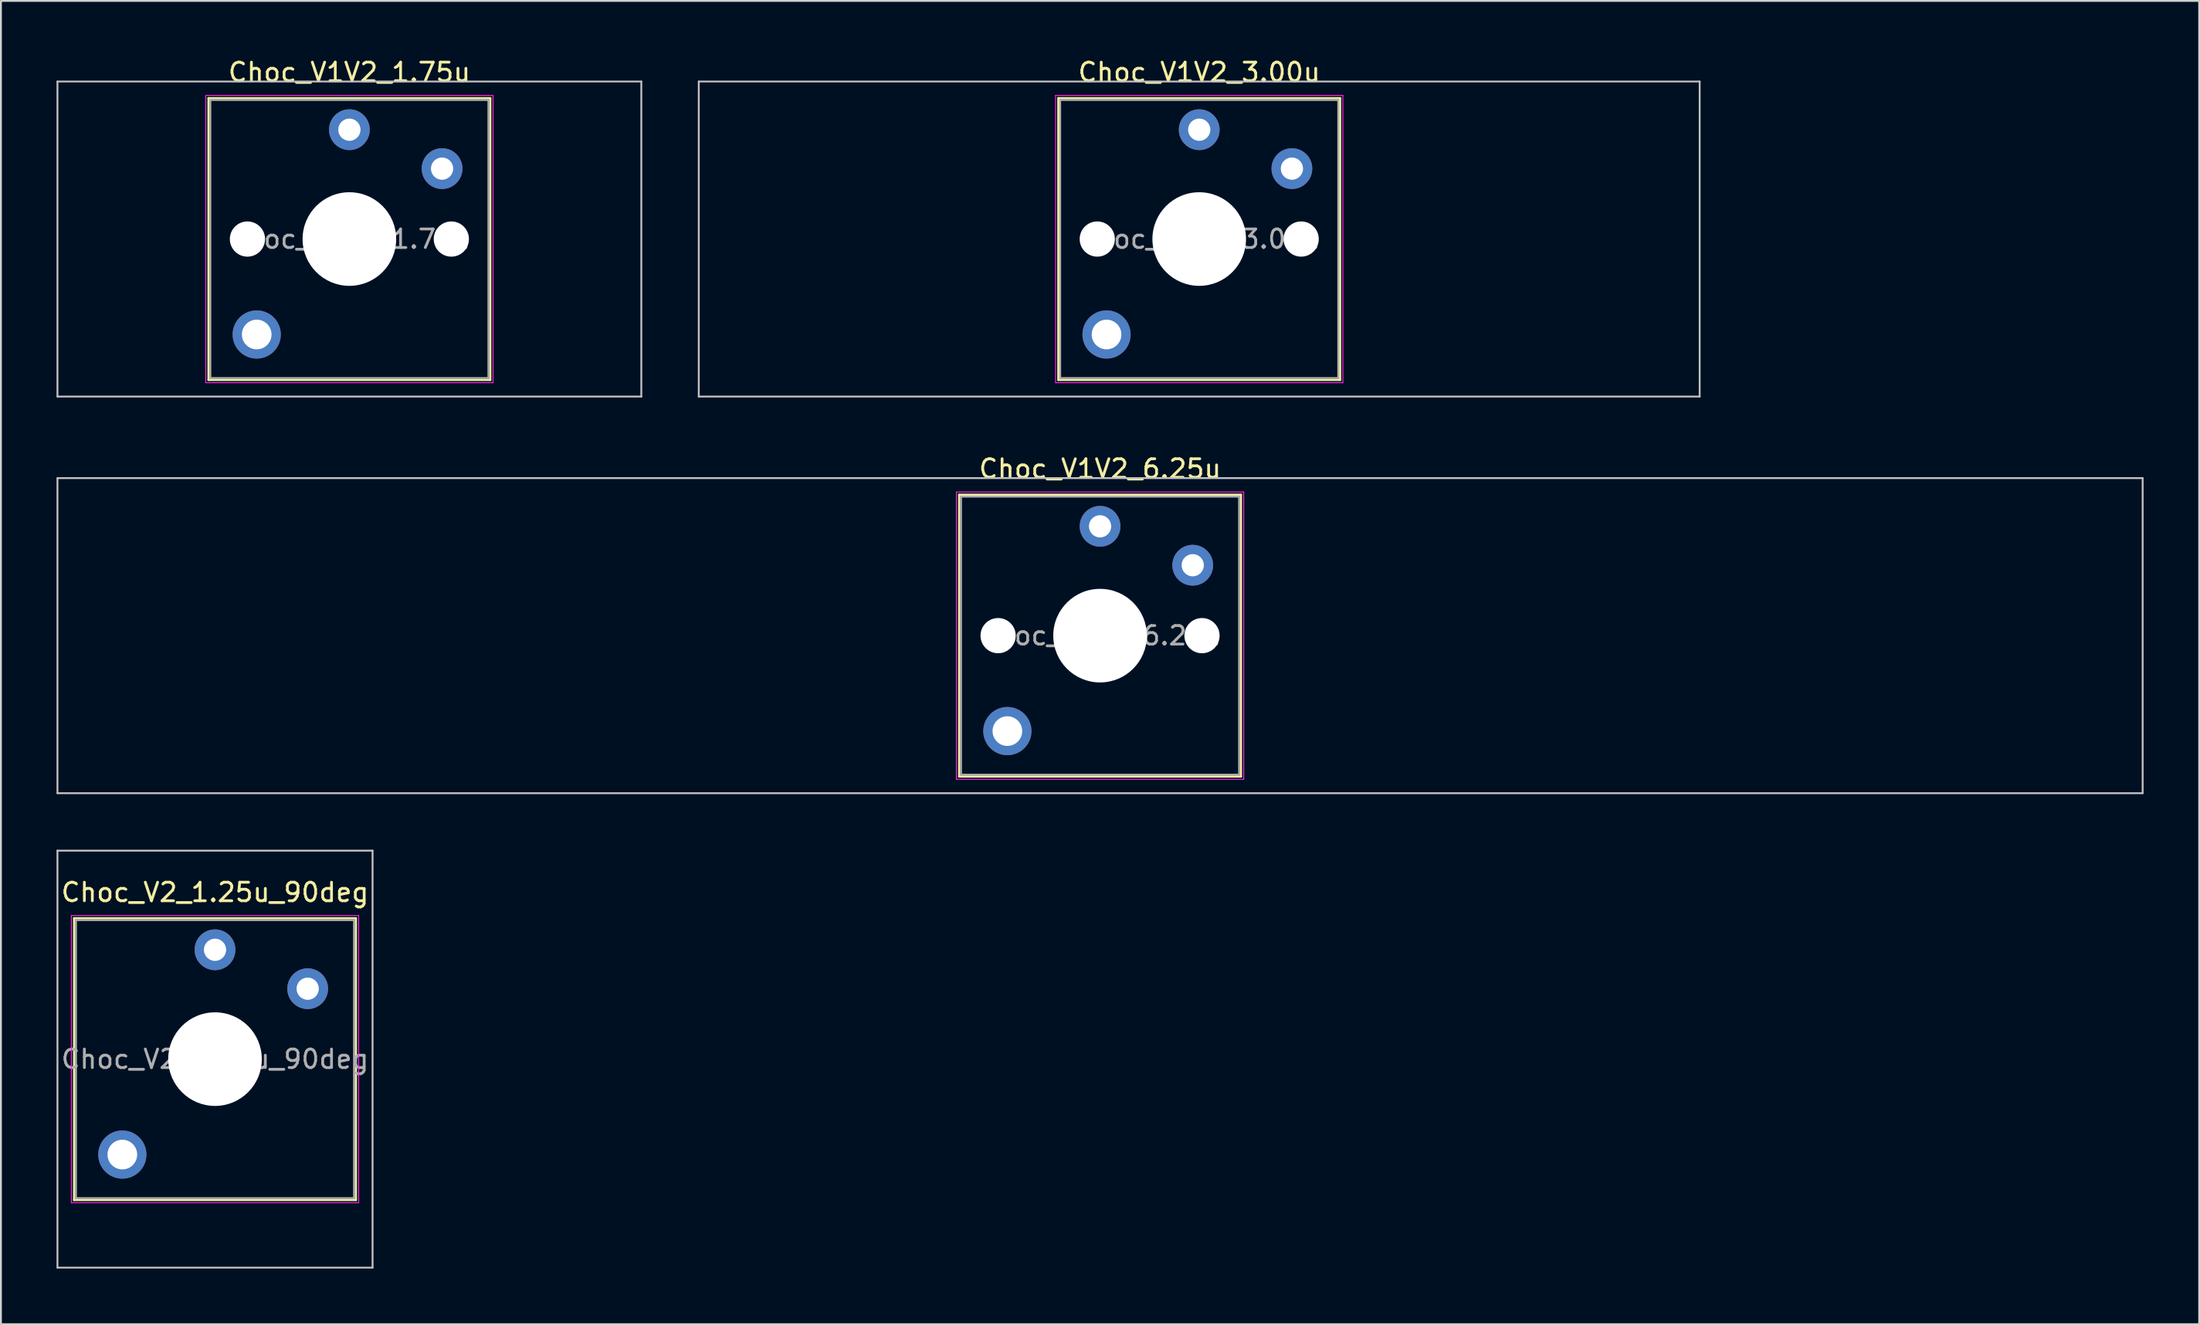
<source format=kicad_pcb>
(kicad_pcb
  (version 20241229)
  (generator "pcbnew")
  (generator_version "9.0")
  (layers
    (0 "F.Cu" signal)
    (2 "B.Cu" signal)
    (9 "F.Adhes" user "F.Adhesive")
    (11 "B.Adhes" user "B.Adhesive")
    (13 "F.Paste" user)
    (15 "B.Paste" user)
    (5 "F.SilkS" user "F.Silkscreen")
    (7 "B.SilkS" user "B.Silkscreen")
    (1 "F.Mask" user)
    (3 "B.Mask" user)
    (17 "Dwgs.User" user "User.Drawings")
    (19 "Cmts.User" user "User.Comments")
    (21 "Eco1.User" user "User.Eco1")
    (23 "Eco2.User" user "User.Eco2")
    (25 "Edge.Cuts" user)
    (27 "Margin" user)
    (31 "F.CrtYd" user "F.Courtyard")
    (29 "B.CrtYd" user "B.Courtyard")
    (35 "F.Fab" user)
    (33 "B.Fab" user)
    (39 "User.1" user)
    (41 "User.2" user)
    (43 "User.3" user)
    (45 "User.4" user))
  (footprint "Choc_V1V2_1.75u"
    (layer "F.Cu")
    (at 15.8 9.848)
    (property "Reference" "Choc_V1V2_1.75u" (at 0 -9 0) (layer "F.SilkS") (effects (font (size 1 1) (thickness 0.15))))
    (attr through_hole)
    (fp_line (start -7.6 -7.6) (end -7.6 7.6) (stroke (width 0.12) (type solid)) (layer "F.SilkS"))
    (fp_line (start -7.6 7.6) (end 7.6 7.6) (stroke (width 0.12) (type solid)) (layer "F.SilkS"))
    (fp_line (start 7.6 -7.6) (end -7.6 -7.6) (stroke (width 0.12) (type solid)) (layer "F.SilkS"))
    (fp_line (start 7.6 7.6) (end 7.6 -7.6) (stroke (width 0.12) (type solid)) (layer "F.SilkS"))
    (fp_line (start -15.75 -8.5) (end -15.75 8.5) (stroke (width 0.1) (type solid)) (layer "Dwgs.User"))
    (fp_line (start -15.75 8.5) (end 15.75 8.5) (stroke (width 0.1) (type solid)) (layer "Dwgs.User"))
    (fp_line (start 15.75 -8.5) (end -15.75 -8.5) (stroke (width 0.1) (type solid)) (layer "Dwgs.User"))
    (fp_line (start 15.75 8.5) (end 15.75 -8.5) (stroke (width 0.1) (type solid)) (layer "Dwgs.User"))
    (fp_line (start -7.25 -7.25) (end -7.25 7.25) (stroke (width 0.1) (type solid)) (layer "Eco1.User"))
    (fp_line (start -7.25 7.25) (end 7.25 7.25) (stroke (width 0.1) (type solid)) (layer "Eco1.User"))
    (fp_line (start 7.25 -7.25) (end -7.25 -7.25) (stroke (width 0.1) (type solid)) (layer "Eco1.User"))
    (fp_line (start 7.25 7.25) (end 7.25 -7.25) (stroke (width 0.1) (type solid)) (layer "Eco1.User"))
    (fp_line (start -7.75 -7.75) (end -7.75 7.75) (stroke (width 0.05) (type solid)) (layer "F.CrtYd"))
    (fp_line (start -7.75 7.75) (end 7.75 7.75) (stroke (width 0.05) (type solid)) (layer "F.CrtYd"))
    (fp_line (start 7.75 -7.75) (end -7.75 -7.75) (stroke (width 0.05) (type solid)) (layer "F.CrtYd"))
    (fp_line (start 7.75 7.75) (end 7.75 -7.75) (stroke (width 0.05) (type solid)) (layer "F.CrtYd"))
    (fp_line (start -7.5 -7.5) (end -7.5 7.5) (stroke (width 0.1) (type solid)) (layer "F.Fab"))
    (fp_line (start -7.5 7.5) (end 7.5 7.5) (stroke (width 0.1) (type solid)) (layer "F.Fab"))
    (fp_line (start 7.5 -7.5) (end -7.5 -7.5) (stroke (width 0.1) (type solid)) (layer "F.Fab"))
    (fp_line (start 7.5 7.5) (end 7.5 -7.5) (stroke (width 0.1) (type solid)) (layer "F.Fab"))
    (fp_text user "${REFERENCE}" (at 0 0 0) (layer "F.Fab") (effects (font (size 1 1) (thickness 0.15))))
    (pad "" np_thru_hole circle (at -5.5 0) (size 1.9 1.9) (drill 1.9) (layers "*.Cu" "*.Mask"))
    (pad "" thru_hole circle (at -5 5.15) (size 2.6 2.6) (drill 1.6) (layers "*.Cu" "*.Mask"))
    (pad "" np_thru_hole circle (at 0 0) (size 5.05 5.05) (drill 5.05) (layers "*.Cu" "*.Mask"))
    (pad "" np_thru_hole circle (at 5.5 0) (size 1.9 1.9) (drill 1.9) (layers "*.Cu" "*.Mask"))
    (pad "1" thru_hole circle (at 0 -5.9) (size 2.2 2.2) (drill 1.2) (layers "*.Cu" "*.Mask"))
    (pad "2" thru_hole circle (at 5 -3.8) (size 2.2 2.2) (drill 1.2) (layers "*.Cu" "*.Mask")))
  (footprint "Choc_V1V2_3.00u"
    (layer "F.Cu")
    (at 61.65 9.848)
    (property "Reference" "Choc_V1V2_3.00u" (at 0 -9 0) (layer "F.SilkS") (effects (font (size 1 1) (thickness 0.15))))
    (attr through_hole)
    (fp_line (start -7.6 -7.6) (end -7.6 7.6) (stroke (width 0.12) (type solid)) (layer "F.SilkS"))
    (fp_line (start -7.6 7.6) (end 7.6 7.6) (stroke (width 0.12) (type solid)) (layer "F.SilkS"))
    (fp_line (start 7.6 -7.6) (end -7.6 -7.6) (stroke (width 0.12) (type solid)) (layer "F.SilkS"))
    (fp_line (start 7.6 7.6) (end 7.6 -7.6) (stroke (width 0.12) (type solid)) (layer "F.SilkS"))
    (fp_line (start -27 -8.5) (end -27 8.5) (stroke (width 0.1) (type solid)) (layer "Dwgs.User"))
    (fp_line (start -27 8.5) (end 27 8.5) (stroke (width 0.1) (type solid)) (layer "Dwgs.User"))
    (fp_line (start 27 -8.5) (end -27 -8.5) (stroke (width 0.1) (type solid)) (layer "Dwgs.User"))
    (fp_line (start 27 8.5) (end 27 -8.5) (stroke (width 0.1) (type solid)) (layer "Dwgs.User"))
    (fp_line (start -7.25 -7.25) (end -7.25 7.25) (stroke (width 0.1) (type solid)) (layer "Eco1.User"))
    (fp_line (start -7.25 7.25) (end 7.25 7.25) (stroke (width 0.1) (type solid)) (layer "Eco1.User"))
    (fp_line (start 7.25 -7.25) (end -7.25 -7.25) (stroke (width 0.1) (type solid)) (layer "Eco1.User"))
    (fp_line (start 7.25 7.25) (end 7.25 -7.25) (stroke (width 0.1) (type solid)) (layer "Eco1.User"))
    (fp_line (start -7.75 -7.75) (end -7.75 7.75) (stroke (width 0.05) (type solid)) (layer "F.CrtYd"))
    (fp_line (start -7.75 7.75) (end 7.75 7.75) (stroke (width 0.05) (type solid)) (layer "F.CrtYd"))
    (fp_line (start 7.75 -7.75) (end -7.75 -7.75) (stroke (width 0.05) (type solid)) (layer "F.CrtYd"))
    (fp_line (start 7.75 7.75) (end 7.75 -7.75) (stroke (width 0.05) (type solid)) (layer "F.CrtYd"))
    (fp_line (start -7.5 -7.5) (end -7.5 7.5) (stroke (width 0.1) (type solid)) (layer "F.Fab"))
    (fp_line (start -7.5 7.5) (end 7.5 7.5) (stroke (width 0.1) (type solid)) (layer "F.Fab"))
    (fp_line (start 7.5 -7.5) (end -7.5 -7.5) (stroke (width 0.1) (type solid)) (layer "F.Fab"))
    (fp_line (start 7.5 7.5) (end 7.5 -7.5) (stroke (width 0.1) (type solid)) (layer "F.Fab"))
    (fp_text user "${REFERENCE}" (at 0 0 0) (layer "F.Fab") (effects (font (size 1 1) (thickness 0.15))))
    (pad "" np_thru_hole circle (at -5.5 0) (size 1.9 1.9) (drill 1.9) (layers "*.Cu" "*.Mask"))
    (pad "" thru_hole circle (at -5 5.15) (size 2.6 2.6) (drill 1.6) (layers "*.Cu" "*.Mask"))
    (pad "" np_thru_hole circle (at 0 0) (size 5.05 5.05) (drill 5.05) (layers "*.Cu" "*.Mask"))
    (pad "" np_thru_hole circle (at 5.5 0) (size 1.9 1.9) (drill 1.9) (layers "*.Cu" "*.Mask"))
    (pad "1" thru_hole circle (at 0 -5.9) (size 2.2 2.2) (drill 1.2) (layers "*.Cu" "*.Mask"))
    (pad "2" thru_hole circle (at 5 -3.8) (size 2.2 2.2) (drill 1.2) (layers "*.Cu" "*.Mask")))
  (footprint "Choc_V1V2_6.25u"
    (layer "F.Cu")
    (at 56.3 31.247)
    (property "Reference" "Choc_V1V2_6.25u" (at 0 -9 0) (layer "F.SilkS") (effects (font (size 1 1) (thickness 0.15))))
    (attr through_hole)
    (fp_line (start -7.6 -7.6) (end -7.6 7.6) (stroke (width 0.12) (type solid)) (layer "F.SilkS"))
    (fp_line (start -7.6 7.6) (end 7.6 7.6) (stroke (width 0.12) (type solid)) (layer "F.SilkS"))
    (fp_line (start 7.6 -7.6) (end -7.6 -7.6) (stroke (width 0.12) (type solid)) (layer "F.SilkS"))
    (fp_line (start 7.6 7.6) (end 7.6 -7.6) (stroke (width 0.12) (type solid)) (layer "F.SilkS"))
    (fp_line (start -56.25 -8.5) (end -56.25 8.5) (stroke (width 0.1) (type solid)) (layer "Dwgs.User"))
    (fp_line (start -56.25 8.5) (end 56.25 8.5) (stroke (width 0.1) (type solid)) (layer "Dwgs.User"))
    (fp_line (start 56.25 -8.5) (end -56.25 -8.5) (stroke (width 0.1) (type solid)) (layer "Dwgs.User"))
    (fp_line (start 56.25 8.5) (end 56.25 -8.5) (stroke (width 0.1) (type solid)) (layer "Dwgs.User"))
    (fp_line (start -7.25 -7.25) (end -7.25 7.25) (stroke (width 0.1) (type solid)) (layer "Eco1.User"))
    (fp_line (start -7.25 7.25) (end 7.25 7.25) (stroke (width 0.1) (type solid)) (layer "Eco1.User"))
    (fp_line (start 7.25 -7.25) (end -7.25 -7.25) (stroke (width 0.1) (type solid)) (layer "Eco1.User"))
    (fp_line (start 7.25 7.25) (end 7.25 -7.25) (stroke (width 0.1) (type solid)) (layer "Eco1.User"))
    (fp_line (start -7.75 -7.75) (end -7.75 7.75) (stroke (width 0.05) (type solid)) (layer "F.CrtYd"))
    (fp_line (start -7.75 7.75) (end 7.75 7.75) (stroke (width 0.05) (type solid)) (layer "F.CrtYd"))
    (fp_line (start 7.75 -7.75) (end -7.75 -7.75) (stroke (width 0.05) (type solid)) (layer "F.CrtYd"))
    (fp_line (start 7.75 7.75) (end 7.75 -7.75) (stroke (width 0.05) (type solid)) (layer "F.CrtYd"))
    (fp_line (start -7.5 -7.5) (end -7.5 7.5) (stroke (width 0.1) (type solid)) (layer "F.Fab"))
    (fp_line (start -7.5 7.5) (end 7.5 7.5) (stroke (width 0.1) (type solid)) (layer "F.Fab"))
    (fp_line (start 7.5 -7.5) (end -7.5 -7.5) (stroke (width 0.1) (type solid)) (layer "F.Fab"))
    (fp_line (start 7.5 7.5) (end 7.5 -7.5) (stroke (width 0.1) (type solid)) (layer "F.Fab"))
    (fp_text user "${REFERENCE}" (at 0 0 0) (layer "F.Fab") (effects (font (size 1 1) (thickness 0.15))))
    (pad "" np_thru_hole circle (at -5.5 0) (size 1.9 1.9) (drill 1.9) (layers "*.Cu" "*.Mask"))
    (pad "" thru_hole circle (at -5 5.15) (size 2.6 2.6) (drill 1.6) (layers "*.Cu" "*.Mask"))
    (pad "" np_thru_hole circle (at 0 0) (size 5.05 5.05) (drill 5.05) (layers "*.Cu" "*.Mask"))
    (pad "" np_thru_hole circle (at 5.5 0) (size 1.9 1.9) (drill 1.9) (layers "*.Cu" "*.Mask"))
    (pad "1" thru_hole circle (at 0 -5.9) (size 2.2 2.2) (drill 1.2) (layers "*.Cu" "*.Mask"))
    (pad "2" thru_hole circle (at 5 -3.8) (size 2.2 2.2) (drill 1.2) (layers "*.Cu" "*.Mask")))
  (footprint "Choc_V2_1.25u_90deg"
    (layer "F.Cu")
    (at 8.55 54.096)
    (property "Reference" "Choc_V2_1.25u_90deg" (at 0 -9 0) (layer "F.SilkS") (effects (font (size 1 1) (thickness 0.15))))
    (attr through_hole)
    (fp_line (start -7.6 -7.6) (end -7.6 7.6) (stroke (width 0.12) (type solid)) (layer "F.SilkS"))
    (fp_line (start -7.6 7.6) (end 7.6 7.6) (stroke (width 0.12) (type solid)) (layer "F.SilkS"))
    (fp_line (start 7.6 -7.6) (end -7.6 -7.6) (stroke (width 0.12) (type solid)) (layer "F.SilkS"))
    (fp_line (start 7.6 7.6) (end 7.6 -7.6) (stroke (width 0.12) (type solid)) (layer "F.SilkS"))
    (fp_line (start -8.5 -11.25) (end 8.5 -11.25) (stroke (width 0.1) (type solid)) (layer "Dwgs.User"))
    (fp_line (start -8.5 11.25) (end -8.5 -11.25) (stroke (width 0.1) (type solid)) (layer "Dwgs.User"))
    (fp_line (start 8.5 -11.25) (end 8.5 11.25) (stroke (width 0.1) (type solid)) (layer "Dwgs.User"))
    (fp_line (start 8.5 11.25) (end -8.5 11.25) (stroke (width 0.1) (type solid)) (layer "Dwgs.User"))
    (fp_line (start -7.25 -7.25) (end -7.25 7.25) (stroke (width 0.1) (type solid)) (layer "Eco1.User"))
    (fp_line (start -7.25 7.25) (end 7.25 7.25) (stroke (width 0.1) (type solid)) (layer "Eco1.User"))
    (fp_line (start 7.25 -7.25) (end -7.25 -7.25) (stroke (width 0.1) (type solid)) (layer "Eco1.User"))
    (fp_line (start 7.25 7.25) (end 7.25 -7.25) (stroke (width 0.1) (type solid)) (layer "Eco1.User"))
    (fp_line (start -7.75 -7.75) (end -7.75 7.75) (stroke (width 0.05) (type solid)) (layer "F.CrtYd"))
    (fp_line (start -7.75 7.75) (end 7.75 7.75) (stroke (width 0.05) (type solid)) (layer "F.CrtYd"))
    (fp_line (start 7.75 -7.75) (end -7.75 -7.75) (stroke (width 0.05) (type solid)) (layer "F.CrtYd"))
    (fp_line (start 7.75 7.75) (end 7.75 -7.75) (stroke (width 0.05) (type solid)) (layer "F.CrtYd"))
    (fp_line (start -7.5 -7.5) (end -7.5 7.5) (stroke (width 0.1) (type solid)) (layer "F.Fab"))
    (fp_line (start -7.5 7.5) (end 7.5 7.5) (stroke (width 0.1) (type solid)) (layer "F.Fab"))
    (fp_line (start 7.5 -7.5) (end -7.5 -7.5) (stroke (width 0.1) (type solid)) (layer "F.Fab"))
    (fp_line (start 7.5 7.5) (end 7.5 -7.5) (stroke (width 0.1) (type solid)) (layer "F.Fab"))
    (fp_text user "${REFERENCE}" (at 0 0 0) (layer "F.Fab") (effects (font (size 1 1) (thickness 0.15))))
    (pad "" thru_hole circle (at -5 5.15) (size 2.6 2.6) (drill 1.6) (layers "*.Cu" "*.Mask"))
    (pad "" np_thru_hole circle (at 0 0) (size 5.05 5.05) (drill 5.05) (layers "*.Cu" "*.Mask"))
    (pad "1" thru_hole circle (at 0 -5.9) (size 2.2 2.2) (drill 1.2) (layers "*.Cu" "*.Mask"))
    (pad "2" thru_hole circle (at 5 -3.8) (size 2.2 2.2) (drill 1.2) (layers "*.Cu" "*.Mask")))
  (gr_rect
    (start -3 -3)
    (end 115.6 68.397)
    (stroke (width 0.1) (type default))
    (fill no)
    (layer "Edge.Cuts")))
</source>
